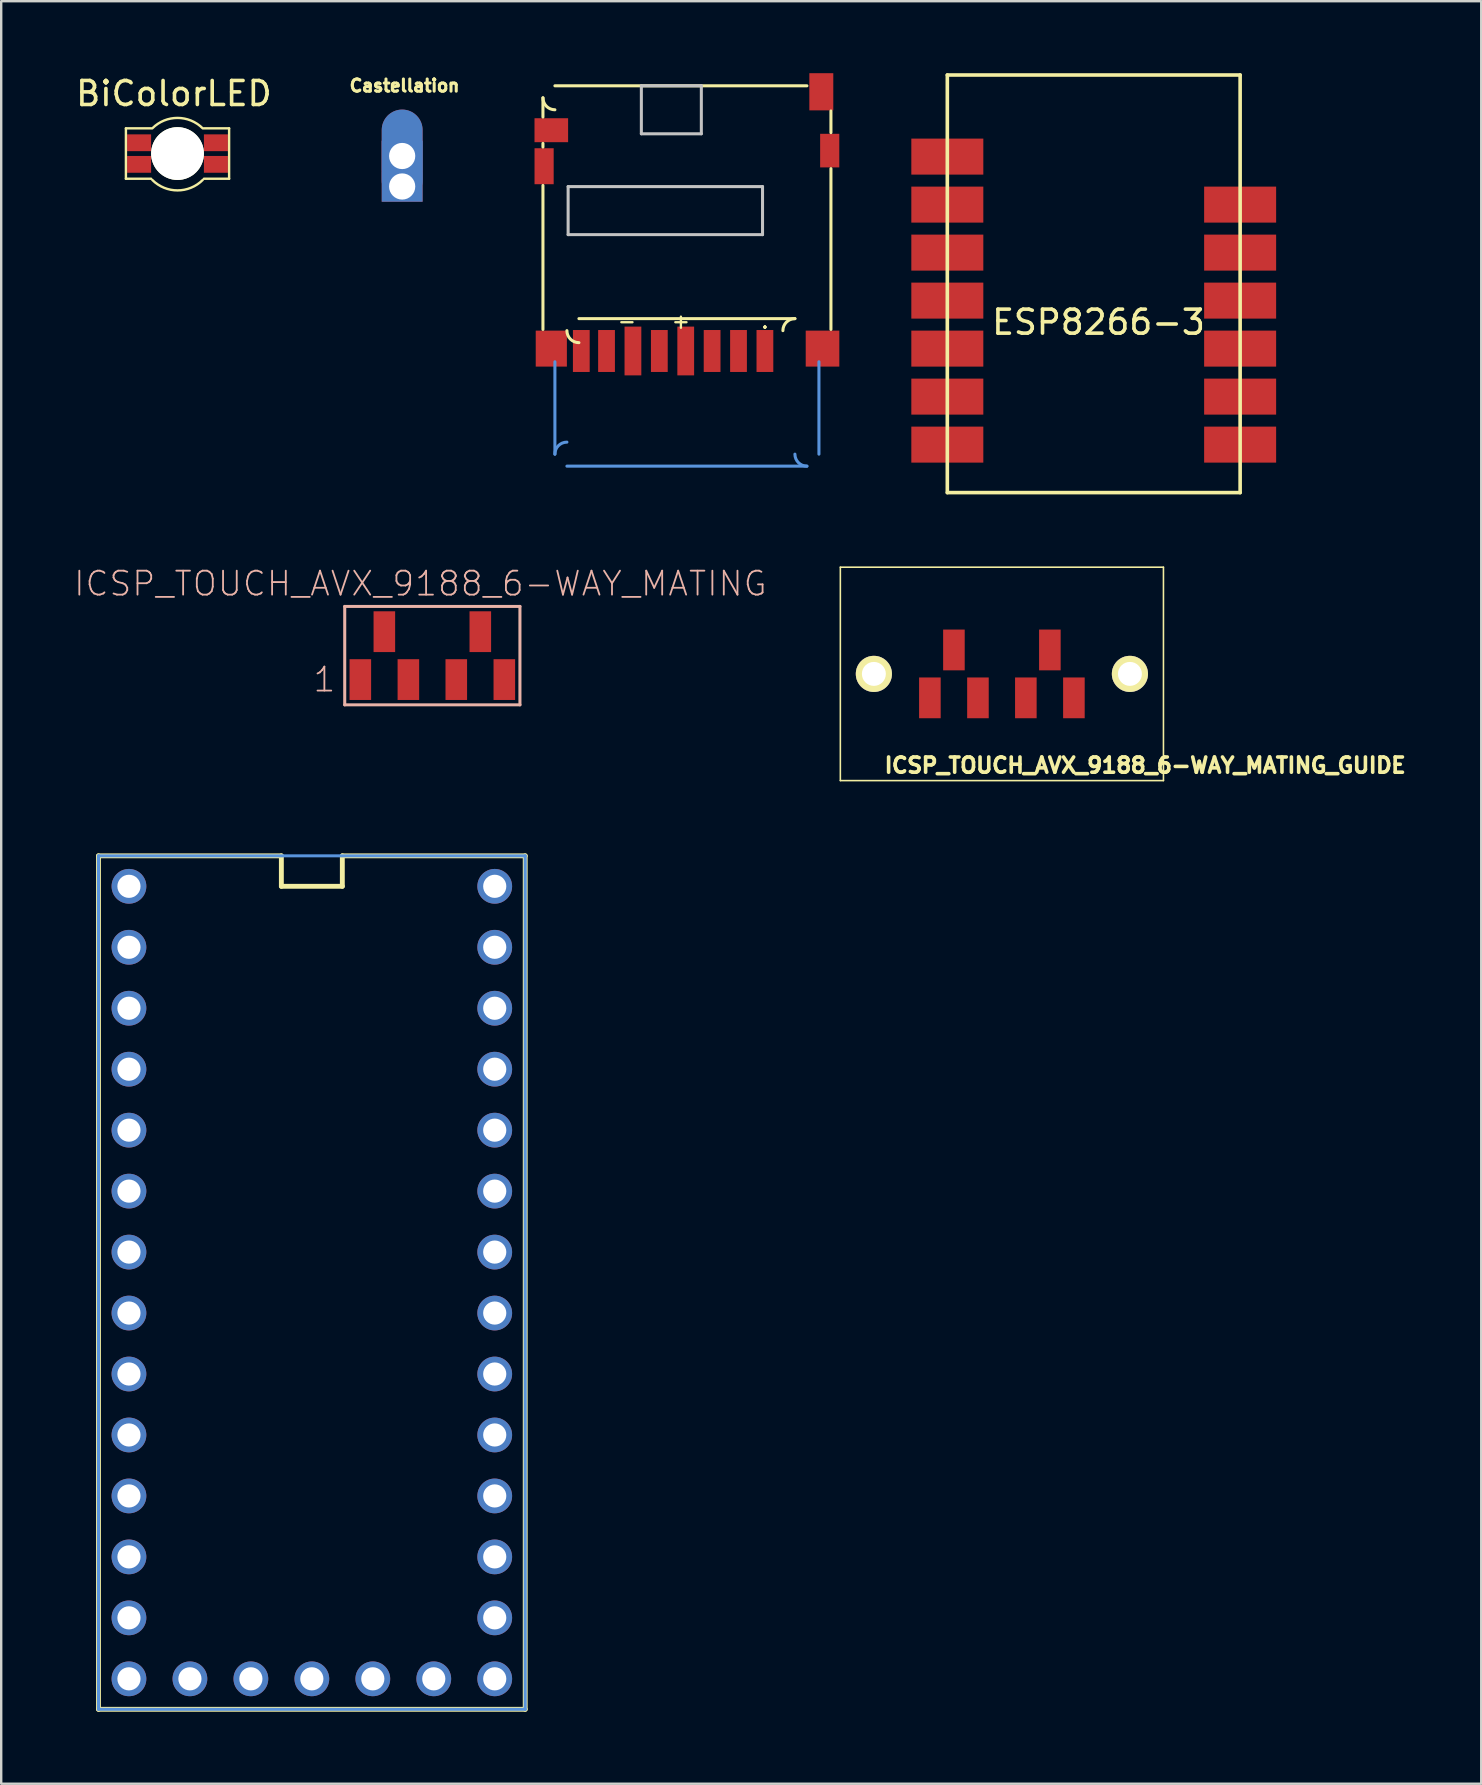
<source format=kicad_pcb>
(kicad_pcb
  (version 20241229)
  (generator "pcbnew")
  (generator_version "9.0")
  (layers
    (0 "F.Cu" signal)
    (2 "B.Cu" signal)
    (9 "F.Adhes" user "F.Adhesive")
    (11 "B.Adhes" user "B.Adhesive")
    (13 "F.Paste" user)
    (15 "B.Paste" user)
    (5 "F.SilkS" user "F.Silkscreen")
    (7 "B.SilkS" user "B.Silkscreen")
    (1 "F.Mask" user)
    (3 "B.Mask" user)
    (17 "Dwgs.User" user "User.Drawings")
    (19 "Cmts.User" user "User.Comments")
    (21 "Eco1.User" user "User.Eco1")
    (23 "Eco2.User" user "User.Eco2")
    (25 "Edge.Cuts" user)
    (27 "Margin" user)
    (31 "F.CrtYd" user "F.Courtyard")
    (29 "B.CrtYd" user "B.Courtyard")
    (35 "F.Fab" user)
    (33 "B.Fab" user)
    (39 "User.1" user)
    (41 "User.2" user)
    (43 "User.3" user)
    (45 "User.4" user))
  (footprint "ESP8266-3"
    (layer "F.Cu")
    (at 42.52 8.775)
    (property "Reference" "ESP8266-3" (at 0.2 1.6 0) (layer "F.SilkS") (effects (font (size 1 1) (thickness 0.15))))
    (attr through_hole)
    (fp_line (start -6.1 -8.7) (end 6.1 -8.7) (stroke (width 0.15) (type solid)) (layer "F.SilkS"))
    (fp_line (start -6.1 8.7) (end -6.1 -8.7) (stroke (width 0.15) (type solid)) (layer "F.SilkS"))
    (fp_line (start 6.1 -8.7) (end 6.1 8.7) (stroke (width 0.15) (type solid)) (layer "F.SilkS"))
    (fp_line (start 6.1 8.7) (end -6.1 8.7) (stroke (width 0.15) (type solid)) (layer "F.SilkS"))
    (pad "1" smd rect (at 6.1 6.7) (size 3 1.5) (layers "F.Cu" "F.Mask" "F.Paste"))
    (pad "2" smd rect (at 6.1 4.7) (size 3 1.5) (layers "F.Cu" "F.Mask" "F.Paste"))
    (pad "3" smd rect (at 6.1 2.7) (size 3 1.5) (layers "F.Cu" "F.Mask" "F.Paste"))
    (pad "4" smd rect (at 6.1 0.7) (size 3 1.5) (layers "F.Cu" "F.Mask" "F.Paste"))
    (pad "5" smd rect (at 6.1 -1.3) (size 3 1.5) (layers "F.Cu" "F.Mask" "F.Paste"))
    (pad "6" smd rect (at 6.1 -3.3) (size 3 1.5) (layers "F.Cu" "F.Mask" "F.Paste"))
    (pad "8" smd rect (at -6.1 -5.3) (size 3 1.5) (layers "F.Cu" "F.Mask" "F.Paste"))
    (pad "9" smd rect (at -6.1 -3.3) (size 3 1.5) (layers "F.Cu" "F.Mask" "F.Paste"))
    (pad "10" smd rect (at -6.1 -1.3) (size 3 1.5) (layers "F.Cu" "F.Mask" "F.Paste"))
    (pad "11" smd rect (at -6.1 0.7) (size 3 1.5) (layers "F.Cu" "F.Mask" "F.Paste"))
    (pad "12" smd rect (at -6.1 2.7) (size 3 1.5) (layers "F.Cu" "F.Mask" "F.Paste"))
    (pad "13" smd rect (at -6.1 4.7) (size 3 1.5) (layers "F.Cu" "F.Mask" "F.Paste"))
    (pad "14" smd rect (at -6.1 6.7) (size 3 1.5) (layers "F.Cu" "F.Mask" "F.Paste")))
  (footprint "ICSP_TOUCH_AVX_9188_6-WAY_MATING_GUIDE"
    (layer "F.Cu")
    (at 38.694 25.028)
    (property "Reference" "ICSP_TOUCH_AVX_9188_6-WAY_MATING_GUIDE" (at 5.969 3.81 0) (layer "F.SilkS") (effects (font (size 0.635 0.635) (thickness 0.15))))
    (attr smd)
    (fp_line (start -6.731 -4.445) (end 6.731 -4.445) (stroke (width 0.066) (type solid)) (layer "F.SilkS"))
    (fp_line (start -6.731 4.445) (end -6.731 -4.445) (stroke (width 0.066) (type solid)) (layer "F.SilkS"))
    (fp_line (start -6.731 4.445) (end 6.731 4.445) (stroke (width 0.066) (type solid)) (layer "F.SilkS"))
    (fp_line (start 6.731 4.445) (end 6.731 -4.445) (stroke (width 0.066) (type solid)) (layer "F.SilkS"))
    (pad "" np_thru_hole circle (at -5.334 0) (size 1.506 1.506) (drill 0.998) (layers "*.Cu" "*.Mask" "F.SilkS"))
    (pad "" np_thru_hole circle (at 5.334 0) (size 1.506 1.506) (drill 0.998) (layers "*.Cu" "*.Mask" "F.SilkS"))
    (pad "1" smd rect (at -3 0.998) (size 0.899 1.699) (layers "F.Cu" "F.Mask" "F.Paste"))
    (pad "2" smd rect (at -1.999 -0.998) (size 0.899 1.699) (layers "F.Cu" "F.Mask" "F.Paste"))
    (pad "3" smd rect (at -0.998 0.998) (size 0.899 1.699) (layers "F.Cu" "F.Mask" "F.Paste"))
    (pad "4" smd rect (at 0.998 0.998) (size 0.899 1.699) (layers "F.Cu" "F.Mask" "F.Paste"))
    (pad "5" smd rect (at 3 0.998) (size 0.899 1.699) (layers "F.Cu" "F.Mask" "F.Paste"))
    (pad "6" smd rect (at 1.999 -0.998) (size 0.899 1.699) (layers "F.Cu" "F.Mask" "F.Paste")))
  (footprint "ICSP_TOUCH_AVX_9188_6-WAY_MATING"
    (layer "F.Cu")
    (at 14.963 24.267)
    (property "Reference" "ICSP_TOUCH_AVX_9188_6-WAY_MATING" (at -0.498 -3 0) (layer "B.SilkS") (effects (font (size 0.998 0.998) (thickness 0.076))))
    (attr smd)
    (fp_line (start -3.65 -2.05) (end 3.65 -2.05) (stroke (width 0.127) (type solid)) (layer "B.SilkS"))
    (fp_line (start -3.65 2.05) (end -3.65 -2.05) (stroke (width 0.127) (type solid)) (layer "B.SilkS"))
    (fp_line (start 3.65 -2.05) (end 3.65 2.05) (stroke (width 0.127) (type solid)) (layer "B.SilkS"))
    (fp_line (start 3.65 2.05) (end -3.65 2.05) (stroke (width 0.127) (type solid)) (layer "B.SilkS"))
    (fp_text user "1" (at -4.498 0.998 0) (layer "B.SilkS") (effects (font (size 0.998 0.998) (thickness 0.076))))
    (pad "1" smd rect (at -3 0.998) (size 0.899 1.699) (layers "F.Cu" "F.Mask" "F.Paste"))
    (pad "2" smd rect (at -1.999 -0.998) (size 0.899 1.699) (layers "F.Cu" "F.Mask" "F.Paste"))
    (pad "3" smd rect (at -0.998 0.998) (size 0.899 1.699) (layers "F.Cu" "F.Mask" "F.Paste"))
    (pad "4" smd rect (at 0.998 0.998) (size 0.899 1.699) (layers "F.Cu" "F.Mask" "F.Paste"))
    (pad "5" smd rect (at 3 0.998) (size 0.899 1.699) (layers "F.Cu" "F.Mask" "F.Paste"))
    (pad "6" smd rect (at 1.999 -0.998) (size 0.899 1.699) (layers "F.Cu" "F.Mask" "F.Paste")))
  (footprint "Castellation"
    (layer "F.Cu")
    (at 13.706 4.72)
    (property "Reference" "Castellation" (at 0.1 -4.2 0) (layer "F.SilkS") (effects (font (size 0.508 0.508) (thickness 0.127))))
    (attr through_hole)
    (pad "1" smd oval (at 0 -1.3) (size 1.702 3.81) (layers "*.Cu" "*.Paste" "*.Mask"))
    (pad "1" thru_hole rect (at 0 -1.27) (size 1.702 1.27) (drill 1.092) (layers "*.Cu" "*.Paste" "*.Mask"))
    (pad "1" thru_hole rect (at 0 0) (size 1.702 1.27) (drill 1.092) (layers "*.Cu" "*.Paste" "*.Mask")))
  (footprint "DM3D-MicroSD"
    (layer "F.Cu")
    (at 19.572 12.024)
    (property "Reference" "DM3D-MicroSD" (at 0 0 0) (layer "Cmts.User") (effects (font (size 0.001 0.001) (thickness 0.000001))))
    (attr through_hole)
    (fp_line (start 0 -10.198) (end 0 -10.998) (stroke (width 0.127) (type solid)) (layer "F.SilkS"))
    (fp_line (start 0 -9.098) (end 0 -8.948) (stroke (width 0.127) (type solid)) (layer "F.SilkS"))
    (fp_line (start 0 -1.349) (end 0 -7.348) (stroke (width 0.127) (type solid)) (layer "F.SilkS"))
    (fp_line (start 0.498 -11.499) (end 10.998 -11.499) (stroke (width 0.127) (type solid)) (layer "F.SilkS"))
    (fp_line (start 1.499 -1.798) (end 10.498 -1.798) (stroke (width 0.127) (type solid)) (layer "F.SilkS"))
    (fp_line (start 11.999 -9.548) (end 11.999 -10.45) (stroke (width 0.127) (type solid)) (layer "F.SilkS"))
    (fp_line (start 11.999 -1.349) (end 11.999 -8.049) (stroke (width 0.127) (type solid)) (layer "F.SilkS"))
    (fp_arc (start 0.49784 -10.50036) (mid 0.145814 -10.646174) (end 0 -10.9982) (stroke (width 0.127) (type solid)) (layer "F.SilkS"))
    (fp_arc (start 1.4986 -0.79756) (mid 1.144778 -0.944118) (end 0.99822 -1.29794) (stroke (width 0.127) (type solid)) (layer "F.SilkS"))
    (fp_arc (start 9.99744 -1.29794) (mid 10.143998 -1.651762) (end 10.49782 -1.79832) (stroke (width 0.127) (type solid)) (layer "F.SilkS"))
    (fp_line (start 1.049 -7.3) (end 1.049 -5.298) (stroke (width 0.127) (type solid)) (layer "Dwgs.User"))
    (fp_line (start 1.049 -5.298) (end 9.149 -5.298) (stroke (width 0.127) (type solid)) (layer "Dwgs.User"))
    (fp_line (start 4.1 -11.499) (end 4.1 -9.5) (stroke (width 0.127) (type solid)) (layer "Dwgs.User"))
    (fp_line (start 4.1 -9.5) (end 6.599 -9.5) (stroke (width 0.127) (type solid)) (layer "Dwgs.User"))
    (fp_line (start 6.599 -11.499) (end 4.1 -11.499) (stroke (width 0.127) (type solid)) (layer "Dwgs.User"))
    (fp_line (start 6.599 -9.5) (end 6.599 -11.499) (stroke (width 0.127) (type solid)) (layer "Dwgs.User"))
    (fp_line (start 9.149 -7.3) (end 1.049 -7.3) (stroke (width 0.127) (type solid)) (layer "Dwgs.User"))
    (fp_line (start 9.149 -5.298) (end 9.149 -7.3) (stroke (width 0.127) (type solid)) (layer "Dwgs.User"))
    (fp_line (start 0.498 0) (end 0.498 3.848) (stroke (width 0.127) (type solid)) (layer "Cmts.User"))
    (fp_line (start 0.998 4.348) (end 10.998 4.348) (stroke (width 0.127) (type solid)) (layer "Cmts.User"))
    (fp_line (start 11.499 3.848) (end 11.499 0) (stroke (width 0.127) (type solid)) (layer "Cmts.User"))
    (fp_arc (start 0.49784 3.8481) (mid 0.644398 3.494278) (end 0.99822 3.34772) (stroke (width 0.127) (type solid)) (layer "Cmts.User"))
    (fp_arc (start 10.9982 4.34848) (mid 10.644378 4.201922) (end 10.49782 3.8481) (stroke (width 0.127) (type solid)) (layer "Cmts.User"))
    (fp_text user "-" (at 3.498 -1.694 0) (layer "F.SilkS") (effects (font (size 0.61 0.61) (thickness 0.097))))
    (fp_text user "." (at 9.248 -1.694 0) (layer "F.SilkS") (effects (font (size 0.61 0.61) (thickness 0.097))))
    (fp_text user "+" (at 5.748 -1.694 0) (layer "F.SilkS") (effects (font (size 0.61 0.61) (thickness 0.097))))
    (fp_text user ">name" (at 5.624 -3.843 0) (layer "Eco1.User") (effects (font (size 0.813 0.813) (thickness 0.13))))
    (fp_text user ">value" (at 6.436 -2.842 0) (layer "Eco1.User") (effects (font (size 0.813 0.813) (thickness 0.13))))
    (pad "CD/D" smd rect (at 8.148 -0.45 180) (size 0.699 1.748) (layers "F.Cu" "F.Mask" "F.Paste"))
    (pad "CLK" smd rect (at 4.849 -0.45 180) (size 0.699 1.748) (layers "F.Cu" "F.Mask" "F.Paste"))
    (pad "CMD" smd rect (at 7.048 -0.45 180) (size 0.699 1.748) (layers "F.Cu" "F.Mask" "F.Paste"))
    (pad "DAT0" smd rect (at 2.649 -0.45 180) (size 0.699 1.748) (layers "F.Cu" "F.Mask" "F.Paste"))
    (pad "DAT1" smd rect (at 1.598 -0.45 180) (size 0.699 1.748) (layers "F.Cu" "F.Mask" "F.Paste"))
    (pad "DAT2" smd rect (at 9.248 -0.45 180) (size 0.699 1.748) (layers "F.Cu" "F.Mask" "F.Paste"))
    (pad "GND1" smd rect (at 0.048 -8.148) (size 0.798 1.499) (layers "F.Cu" "F.Mask" "F.Paste"))
    (pad "GND2" smd rect (at 11.948 -8.799) (size 0.798 1.4) (layers "F.Cu" "F.Mask" "F.Paste"))
    (pad "GND3" smd rect (at 11.648 -0.549 90) (size 1.499 1.4) (layers "F.Cu" "F.Mask" "F.Paste"))
    (pad "GND4" smd rect (at 0.348 -0.549 90) (size 1.499 1.298) (layers "F.Cu" "F.Mask" "F.Paste"))
    (pad "SW_A" smd rect (at 11.598 -11.25) (size 0.998 1.549) (layers "F.Cu" "F.Mask" "F.Paste"))
    (pad "SW_B" smd rect (at 0.348 -9.649 270) (size 0.998 1.4) (layers "F.Cu" "F.Mask" "F.Paste"))
    (pad "VDD" smd rect (at 5.949 -0.45 180) (size 0.699 2.032) (layers "F.Cu" "F.Mask" "F.Paste"))
    (pad "VSS" smd rect (at 3.749 -0.45 180) (size 0.699 2.032) (layers "F.Cu" "F.Mask" "F.Paste")))
  (footprint "BiColorLED"
    (layer "F.Cu")
    (at 4.346 3.348)
    (property "Reference" "BiColorLED" (at -0.15 -2.5 0) (layer "F.SilkS") (effects (font (size 1 1) (thickness 0.15))))
    (attr through_hole)
    (fp_line (start -2.15 -1.05) (end -2.15 1.05) (stroke (width 0.1) (type solid)) (layer "F.SilkS"))
    (fp_line (start -2.15 -1.05) (end -1.1 -1.05) (stroke (width 0.1) (type solid)) (layer "F.SilkS"))
    (fp_line (start -2.15 1.05) (end -1.1 1.05) (stroke (width 0.1) (type solid)) (layer "F.SilkS"))
    (fp_line (start 1.1 -1.05) (end 2.15 -1.05) (stroke (width 0.1) (type solid)) (layer "F.SilkS"))
    (fp_line (start 2.15 -1.05) (end 2.15 1.05) (stroke (width 0.1) (type solid)) (layer "F.SilkS"))
    (fp_line (start 2.15 1.05) (end 1.1 1.05) (stroke (width 0.1) (type solid)) (layer "F.SilkS"))
    (fp_arc (start -1.05 -1.05) (mid 0 -1.484924) (end 1.05 -1.05) (stroke (width 0.1) (type solid)) (layer "F.SilkS"))
    (fp_arc (start 1.05 1.1) (mid 0 1.534924) (end -1.05 1.1) (stroke (width 0.1) (type solid)) (layer "F.SilkS"))
    (pad "" np_thru_hole circle (at 0 0) (size 2.2 2.2) (drill 2.2) (layers "*.Cu" "*.Mask" "F.SilkS"))
    (pad "1" smd rect (at -1.6 0.45) (size 1 0.7) (layers "F.Cu" "F.Mask" "F.Paste"))
    (pad "2" smd rect (at -1.6 -0.45) (size 1 0.7) (layers "F.Cu" "F.Mask" "F.Paste"))
    (pad "3" smd rect (at 1.6 -0.45) (size 1 0.7) (layers "F.Cu" "F.Mask" "F.Paste"))
    (pad "4" smd rect (at 1.6 0.45) (size 1 0.7) (layers "F.Cu" "F.Mask" "F.Paste")))
  (footprint "TEENSY_3.1_BASIC"
    (layer "F.Cu")
    (at 9.943 50.388)
    (property "Reference" "TEENSY_3.1_BASIC" (at -1.27 -13.335 0) (layer "Eco1.User") (effects (font (size 1.27 1.27) (thickness 0.102))))
    (attr through_hole)
    (fp_line (start -8.89 -17.78) (end -1.27 -17.78) (stroke (width 0.203) (type solid)) (layer "F.SilkS"))
    (fp_line (start -8.89 17.78) (end -8.89 -17.78) (stroke (width 0.203) (type solid)) (layer "F.SilkS"))
    (fp_line (start -1.27 -17.78) (end -1.27 -16.51) (stroke (width 0.203) (type solid)) (layer "F.SilkS"))
    (fp_line (start -1.27 -16.51) (end 1.27 -16.51) (stroke (width 0.203) (type solid)) (layer "F.SilkS"))
    (fp_line (start 1.27 -17.78) (end 8.89 -17.78) (stroke (width 0.203) (type solid)) (layer "F.SilkS"))
    (fp_line (start 1.27 -16.51) (end 1.27 -17.78) (stroke (width 0.203) (type solid)) (layer "F.SilkS"))
    (fp_line (start 8.89 -17.78) (end 8.89 17.78) (stroke (width 0.203) (type solid)) (layer "F.SilkS"))
    (fp_line (start 8.89 17.78) (end -8.89 17.78) (stroke (width 0.203) (type solid)) (layer "F.SilkS"))
    (fp_line (start -8.89 -17.78) (end 8.89 -17.78) (stroke (width 0.127) (type solid)) (layer "Cmts.User"))
    (fp_line (start -8.89 17.78) (end -8.89 -17.78) (stroke (width 0.127) (type solid)) (layer "Cmts.User"))
    (fp_line (start 8.89 -17.78) (end 8.89 17.78) (stroke (width 0.127) (type solid)) (layer "Cmts.User"))
    (fp_line (start 8.89 17.78) (end -8.89 17.78) (stroke (width 0.127) (type solid)) (layer "Cmts.User"))
    (pad "0" thru_hole oval (at -7.62 -13.97) (size 1.448 1.448) (drill 0.965) (layers "*.Cu" "*.Mask"))
    (pad "1" thru_hole oval (at -7.62 -11.43) (size 1.448 1.448) (drill 0.965) (layers "*.Cu" "*.Mask"))
    (pad "2" thru_hole oval (at -7.62 -8.89) (size 1.448 1.448) (drill 0.965) (layers "*.Cu" "*.Mask"))
    (pad "3" thru_hole oval (at -7.62 -6.35) (size 1.448 1.448) (drill 0.965) (layers "*.Cu" "*.Mask"))
    (pad "3.3V" thru_hole oval (at -2.54 16.51) (size 1.448 1.448) (drill 0.965) (layers "*.Cu" "*.Mask"))
    (pad "3.3V" thru_hole oval (at 7.62 -11.43) (size 1.448 1.448) (drill 0.965) (layers "*.Cu" "*.Mask"))
    (pad "4" thru_hole oval (at -7.62 -3.81) (size 1.448 1.448) (drill 0.965) (layers "*.Cu" "*.Mask"))
    (pad "5" thru_hole oval (at -7.62 -1.27) (size 1.448 1.448) (drill 0.965) (layers "*.Cu" "*.Mask"))
    (pad "6" thru_hole oval (at -7.62 1.27) (size 1.448 1.448) (drill 0.965) (layers "*.Cu" "*.Mask"))
    (pad "7" thru_hole oval (at -7.62 3.81) (size 1.448 1.448) (drill 0.965) (layers "*.Cu" "*.Mask"))
    (pad "8" thru_hole oval (at -7.62 6.35) (size 1.448 1.448) (drill 0.965) (layers "*.Cu" "*.Mask"))
    (pad "9" thru_hole oval (at -7.62 8.89) (size 1.448 1.448) (drill 0.965) (layers "*.Cu" "*.Mask"))
    (pad "10" thru_hole oval (at -7.62 11.43) (size 1.448 1.448) (drill 0.965) (layers "*.Cu" "*.Mask"))
    (pad "11" thru_hole oval (at -7.62 13.97) (size 1.448 1.448) (drill 0.965) (layers "*.Cu" "*.Mask"))
    (pad "12" thru_hole oval (at -7.62 16.51) (size 1.448 1.448) (drill 0.965) (layers "*.Cu" "*.Mask"))
    (pad "13" thru_hole oval (at 7.62 16.51) (size 1.448 1.448) (drill 0.965) (layers "*.Cu" "*.Mask"))
    (pad "14/A" thru_hole oval (at 7.62 13.97) (size 1.448 1.448) (drill 0.965) (layers "*.Cu" "*.Mask"))
    (pad "15/A" thru_hole oval (at 7.62 11.43) (size 1.448 1.448) (drill 0.965) (layers "*.Cu" "*.Mask"))
    (pad "16/A" thru_hole oval (at 7.62 8.89) (size 1.448 1.448) (drill 0.965) (layers "*.Cu" "*.Mask"))
    (pad "17/A" thru_hole oval (at 7.62 6.35) (size 1.448 1.448) (drill 0.965) (layers "*.Cu" "*.Mask"))
    (pad "18/A" thru_hole oval (at 7.62 3.81) (size 1.448 1.448) (drill 0.965) (layers "*.Cu" "*.Mask"))
    (pad "19/A" thru_hole oval (at 7.62 1.27) (size 1.448 1.448) (drill 0.965) (layers "*.Cu" "*.Mask"))
    (pad "20/A" thru_hole oval (at 7.62 -1.27) (size 1.448 1.448) (drill 0.965) (layers "*.Cu" "*.Mask"))
    (pad "21/A" thru_hole oval (at 7.62 -3.81) (size 1.448 1.448) (drill 0.965) (layers "*.Cu" "*.Mask"))
    (pad "22/A" thru_hole oval (at 7.62 -6.35) (size 1.448 1.448) (drill 0.965) (layers "*.Cu" "*.Mask"))
    (pad "23/A" thru_hole oval (at 7.62 -8.89) (size 1.448 1.448) (drill 0.965) (layers "*.Cu" "*.Mask"))
    (pad "A14" thru_hole oval (at 5.08 16.51) (size 1.448 1.448) (drill 0.965) (layers "*.Cu" "*.Mask"))
    (pad "AGND" thru_hole oval (at 7.62 -13.97) (size 1.448 1.448) (drill 0.965) (layers "*.Cu" "*.Mask"))
    (pad "GND" thru_hole oval (at -7.62 -16.51) (size 1.448 1.448) (drill 0.965) (layers "*.Cu" "*.Mask"))
    (pad "GND1" thru_hole oval (at 0 16.51) (size 1.448 1.448) (drill 0.965) (layers "*.Cu" "*.Mask"))
    (pad "PGM" thru_hole oval (at 2.54 16.51) (size 1.448 1.448) (drill 0.965) (layers "*.Cu" "*.Mask"))
    (pad "VBAT" thru_hole oval (at -5.08 16.51) (size 1.448 1.448) (drill 0.965) (layers "*.Cu" "*.Mask"))
    (pad "VIN" thru_hole oval (at 7.62 -16.51) (size 1.448 1.448) (drill 0.965) (layers "*.Cu" "*.Mask")))
  (gr_rect
    (start -3 -3)
    (end 58.665 71.269)
    (stroke (width 0.1) (type default))
    (fill no)
    (layer "Edge.Cuts")))
</source>
